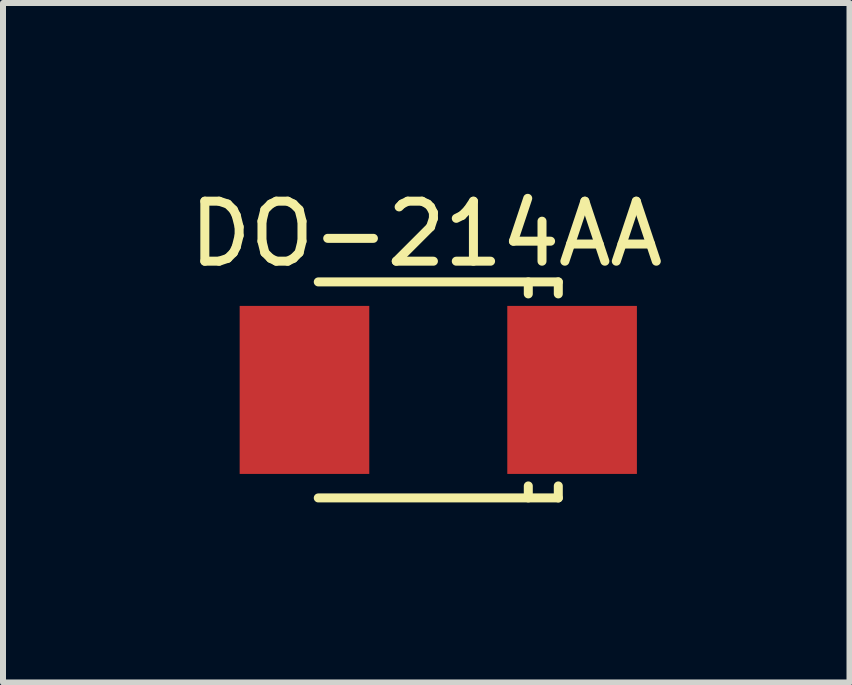
<source format=kicad_pcb>
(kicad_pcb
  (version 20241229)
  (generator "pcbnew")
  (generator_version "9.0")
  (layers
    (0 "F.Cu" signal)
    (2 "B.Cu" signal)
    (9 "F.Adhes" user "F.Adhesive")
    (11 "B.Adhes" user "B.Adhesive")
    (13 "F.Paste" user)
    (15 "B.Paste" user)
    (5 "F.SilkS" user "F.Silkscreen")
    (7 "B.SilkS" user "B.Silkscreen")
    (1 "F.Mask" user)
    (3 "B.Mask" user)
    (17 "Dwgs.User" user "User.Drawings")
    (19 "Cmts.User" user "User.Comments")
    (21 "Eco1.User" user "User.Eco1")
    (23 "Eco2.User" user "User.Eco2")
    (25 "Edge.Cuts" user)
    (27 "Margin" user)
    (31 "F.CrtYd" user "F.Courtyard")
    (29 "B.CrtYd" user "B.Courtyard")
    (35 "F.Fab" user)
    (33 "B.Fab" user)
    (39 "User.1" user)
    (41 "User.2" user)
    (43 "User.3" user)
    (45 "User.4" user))
  (footprint "DO-214AA"
    (layer "F.Cu")
    (at 4.254 3.448)
    (property "Reference" "DO-214AA" (at -0.2 -2.6 0) (layer "F.SilkS") (effects (font (size 1 1) (thickness 0.15))))
    (attr through_hole)
    (fp_line (start -2 -1.8) (end 2 -1.8) (stroke (width 0.15) (type solid)) (layer "F.SilkS"))
    (fp_line (start 1.5 -1.8) (end 1.5 -1.6) (stroke (width 0.15) (type solid)) (layer "F.SilkS"))
    (fp_line (start 1.5 1.8) (end 1.5 1.6) (stroke (width 0.15) (type solid)) (layer "F.SilkS"))
    (fp_line (start 2 -1.8) (end 2 -1.6) (stroke (width 0.15) (type solid)) (layer "F.SilkS"))
    (fp_line (start 2 1.8) (end -2 1.8) (stroke (width 0.15) (type solid)) (layer "F.SilkS"))
    (fp_line (start 2 1.8) (end 2 1.6) (stroke (width 0.15) (type solid)) (layer "F.SilkS"))
    (pad "1" smd rect (at 2.23 0) (size 2.16 2.8) (layers "F.Cu" "F.Mask" "F.Paste"))
    (pad "2" smd rect (at -2.23 0) (size 2.16 2.8) (layers "F.Cu" "F.Mask" "F.Paste")))
  (gr_rect
    (start -3 -3)
    (end 11.107 8.323)
    (stroke (width 0.1) (type default))
    (fill no)
    (layer "Edge.Cuts")))
</source>
